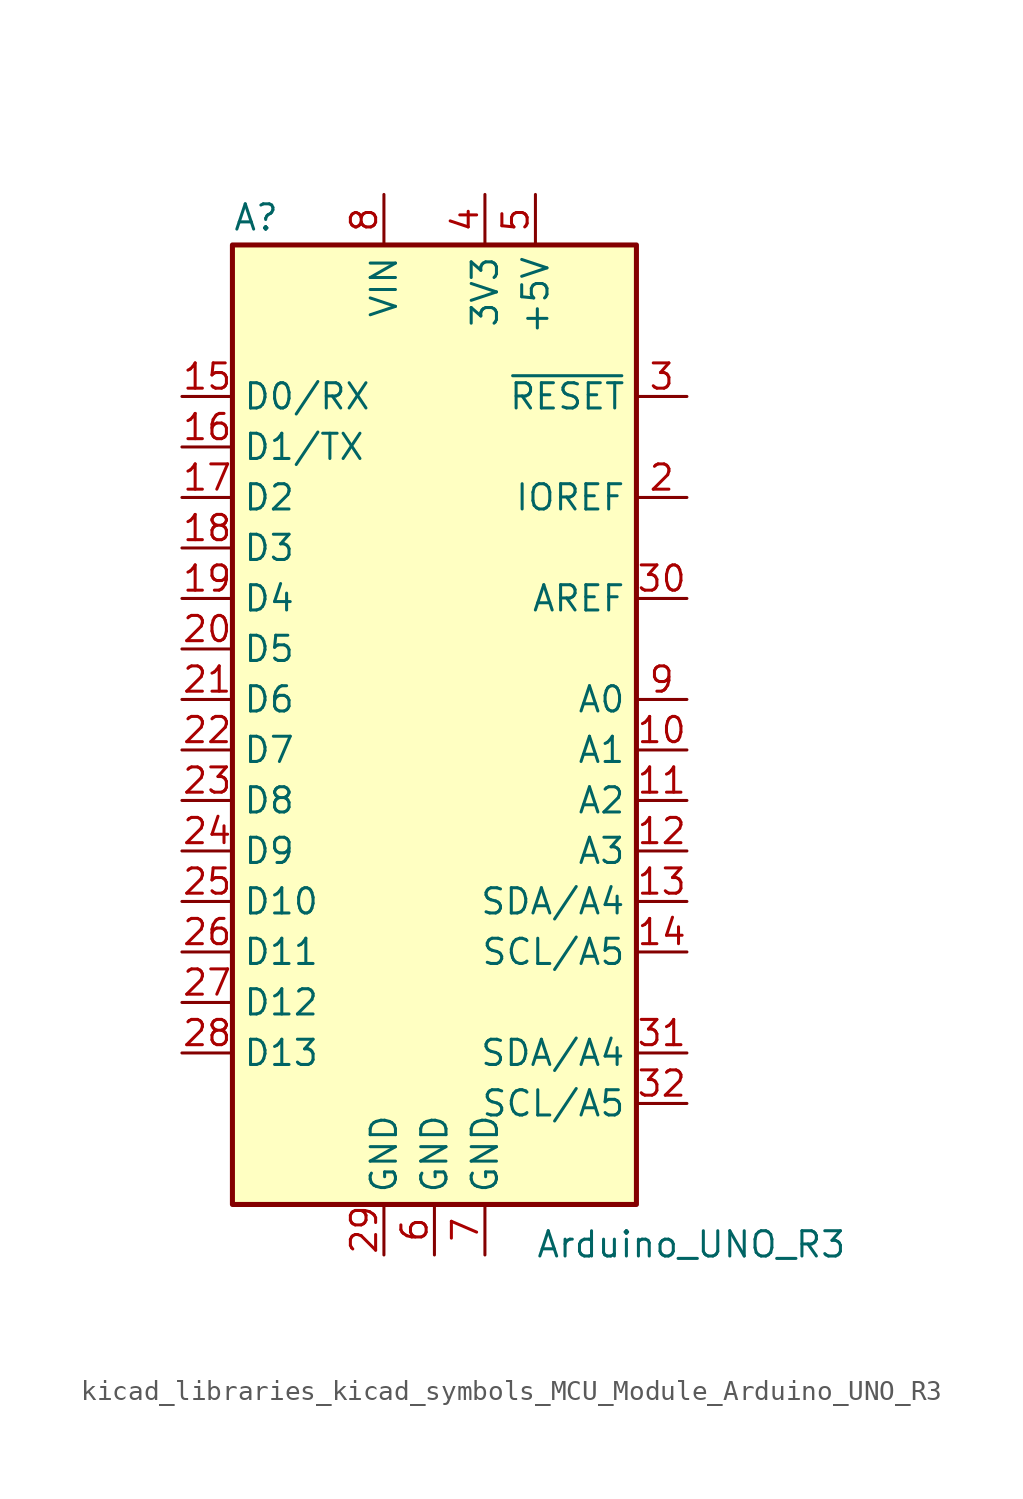
<source format=kicad_sym>
(kicad_symbol_lib
  (version 20220914)
  (generator kicad_symbol_editor)
  (symbol "kicad_libraries_kicad_symbols_MCU_Module_Arduino_UNO_R3"
    (property "Reference" "A"
      (at -10.16 23.495 0)
      (effects (font (size 1.27 1.27)) (justify left bottom)))
    (property "Value" "Arduino_UNO_R3"
      (at 5.08 -26.67 0)
      (effects (font (size 1.27 1.27)) (justify left top)))
    (symbol "kicad_libraries_kicad_symbols_MCU_Module_Arduino_UNO_R3_0_1"
      (rectangle (start -10.16 22.86) (end 10.16 -25.4) (stroke (width 0.254) (type default)) (fill (type background))))
    (symbol "kicad_libraries_kicad_symbols_MCU_Module_Arduino_UNO_R3_1_1"
      (pin no_connect line (at -10.16 -20.32 0) (length 2.54) hide (name "NC" (effects (font (size 1.27 1.27)))) (number "1" (effects (font (size 1.27 1.27)))))
      (pin bidirectional line (at 12.7 -2.54 180) (length 2.54) (name "A1" (effects (font (size 1.27 1.27)))) (number "10" (effects (font (size 1.27 1.27)))))
      (pin bidirectional line (at 12.7 -5.08 180) (length 2.54) (name "A2" (effects (font (size 1.27 1.27)))) (number "11" (effects (font (size 1.27 1.27)))))
      (pin bidirectional line (at 12.7 -7.62 180) (length 2.54) (name "A3" (effects (font (size 1.27 1.27)))) (number "12" (effects (font (size 1.27 1.27)))))
      (pin bidirectional line (at 12.7 -10.16 180) (length 2.54) (name "SDA/A4" (effects (font (size 1.27 1.27)))) (number "13" (effects (font (size 1.27 1.27)))))
      (pin bidirectional line (at 12.7 -12.7 180) (length 2.54) (name "SCL/A5" (effects (font (size 1.27 1.27)))) (number "14" (effects (font (size 1.27 1.27)))))
      (pin bidirectional line (at -12.7 15.24 0) (length 2.54) (name "D0/RX" (effects (font (size 1.27 1.27)))) (number "15" (effects (font (size 1.27 1.27)))))
      (pin bidirectional line (at -12.7 12.7 0) (length 2.54) (name "D1/TX" (effects (font (size 1.27 1.27)))) (number "16" (effects (font (size 1.27 1.27)))))
      (pin bidirectional line (at -12.7 10.16 0) (length 2.54) (name "D2" (effects (font (size 1.27 1.27)))) (number "17" (effects (font (size 1.27 1.27)))))
      (pin bidirectional line (at -12.7 7.62 0) (length 2.54) (name "D3" (effects (font (size 1.27 1.27)))) (number "18" (effects (font (size 1.27 1.27)))))
      (pin bidirectional line (at -12.7 5.08 0) (length 2.54) (name "D4" (effects (font (size 1.27 1.27)))) (number "19" (effects (font (size 1.27 1.27)))))
      (pin output line (at 12.7 10.16 180) (length 2.54) (name "IOREF" (effects (font (size 1.27 1.27)))) (number "2" (effects (font (size 1.27 1.27)))))
      (pin bidirectional line (at -12.7 2.54 0) (length 2.54) (name "D5" (effects (font (size 1.27 1.27)))) (number "20" (effects (font (size 1.27 1.27)))))
      (pin bidirectional line (at -12.7 0 0) (length 2.54) (name "D6" (effects (font (size 1.27 1.27)))) (number "21" (effects (font (size 1.27 1.27)))))
      (pin bidirectional line (at -12.7 -2.54 0) (length 2.54) (name "D7" (effects (font (size 1.27 1.27)))) (number "22" (effects (font (size 1.27 1.27)))))
      (pin bidirectional line (at -12.7 -5.08 0) (length 2.54) (name "D8" (effects (font (size 1.27 1.27)))) (number "23" (effects (font (size 1.27 1.27)))))
      (pin bidirectional line (at -12.7 -7.62 0) (length 2.54) (name "D9" (effects (font (size 1.27 1.27)))) (number "24" (effects (font (size 1.27 1.27)))))
      (pin bidirectional line (at -12.7 -10.16 0) (length 2.54) (name "D10" (effects (font (size 1.27 1.27)))) (number "25" (effects (font (size 1.27 1.27)))))
      (pin bidirectional line (at -12.7 -12.7 0) (length 2.54) (name "D11" (effects (font (size 1.27 1.27)))) (number "26" (effects (font (size 1.27 1.27)))))
      (pin bidirectional line (at -12.7 -15.24 0) (length 2.54) (name "D12" (effects (font (size 1.27 1.27)))) (number "27" (effects (font (size 1.27 1.27)))))
      (pin bidirectional line (at -12.7 -17.78 0) (length 2.54) (name "D13" (effects (font (size 1.27 1.27)))) (number "28" (effects (font (size 1.27 1.27)))))
      (pin power_in line (at -2.54 -27.94 90) (length 2.54) (name "GND" (effects (font (size 1.27 1.27)))) (number "29" (effects (font (size 1.27 1.27)))))
      (pin input line (at 12.7 15.24 180) (length 2.54) (name "~{RESET}" (effects (font (size 1.27 1.27)))) (number "3" (effects (font (size 1.27 1.27)))))
      (pin input line (at 12.7 5.08 180) (length 2.54) (name "AREF" (effects (font (size 1.27 1.27)))) (number "30" (effects (font (size 1.27 1.27)))))
      (pin bidirectional line (at 12.7 -17.78 180) (length 2.54) (name "SDA/A4" (effects (font (size 1.27 1.27)))) (number "31" (effects (font (size 1.27 1.27)))))
      (pin bidirectional line (at 12.7 -20.32 180) (length 2.54) (name "SCL/A5" (effects (font (size 1.27 1.27)))) (number "32" (effects (font (size 1.27 1.27)))))
      (pin power_out line (at 2.54 25.4 270) (length 2.54) (name "3V3" (effects (font (size 1.27 1.27)))) (number "4" (effects (font (size 1.27 1.27)))))
      (pin power_out line (at 5.08 25.4 270) (length 2.54) (name "+5V" (effects (font (size 1.27 1.27)))) (number "5" (effects (font (size 1.27 1.27)))))
      (pin power_in line (at 0 -27.94 90) (length 2.54) (name "GND" (effects (font (size 1.27 1.27)))) (number "6" (effects (font (size 1.27 1.27)))))
      (pin power_in line (at 2.54 -27.94 90) (length 2.54) (name "GND" (effects (font (size 1.27 1.27)))) (number "7" (effects (font (size 1.27 1.27)))))
      (pin power_in line (at -2.54 25.4 270) (length 2.54) (name "VIN" (effects (font (size 1.27 1.27)))) (number "8" (effects (font (size 1.27 1.27)))))
      (pin bidirectional line (at 12.7 0 180) (length 2.54) (name "A0" (effects (font (size 1.27 1.27)))) (number "9" (effects (font (size 1.27 1.27))))))))
</source>
